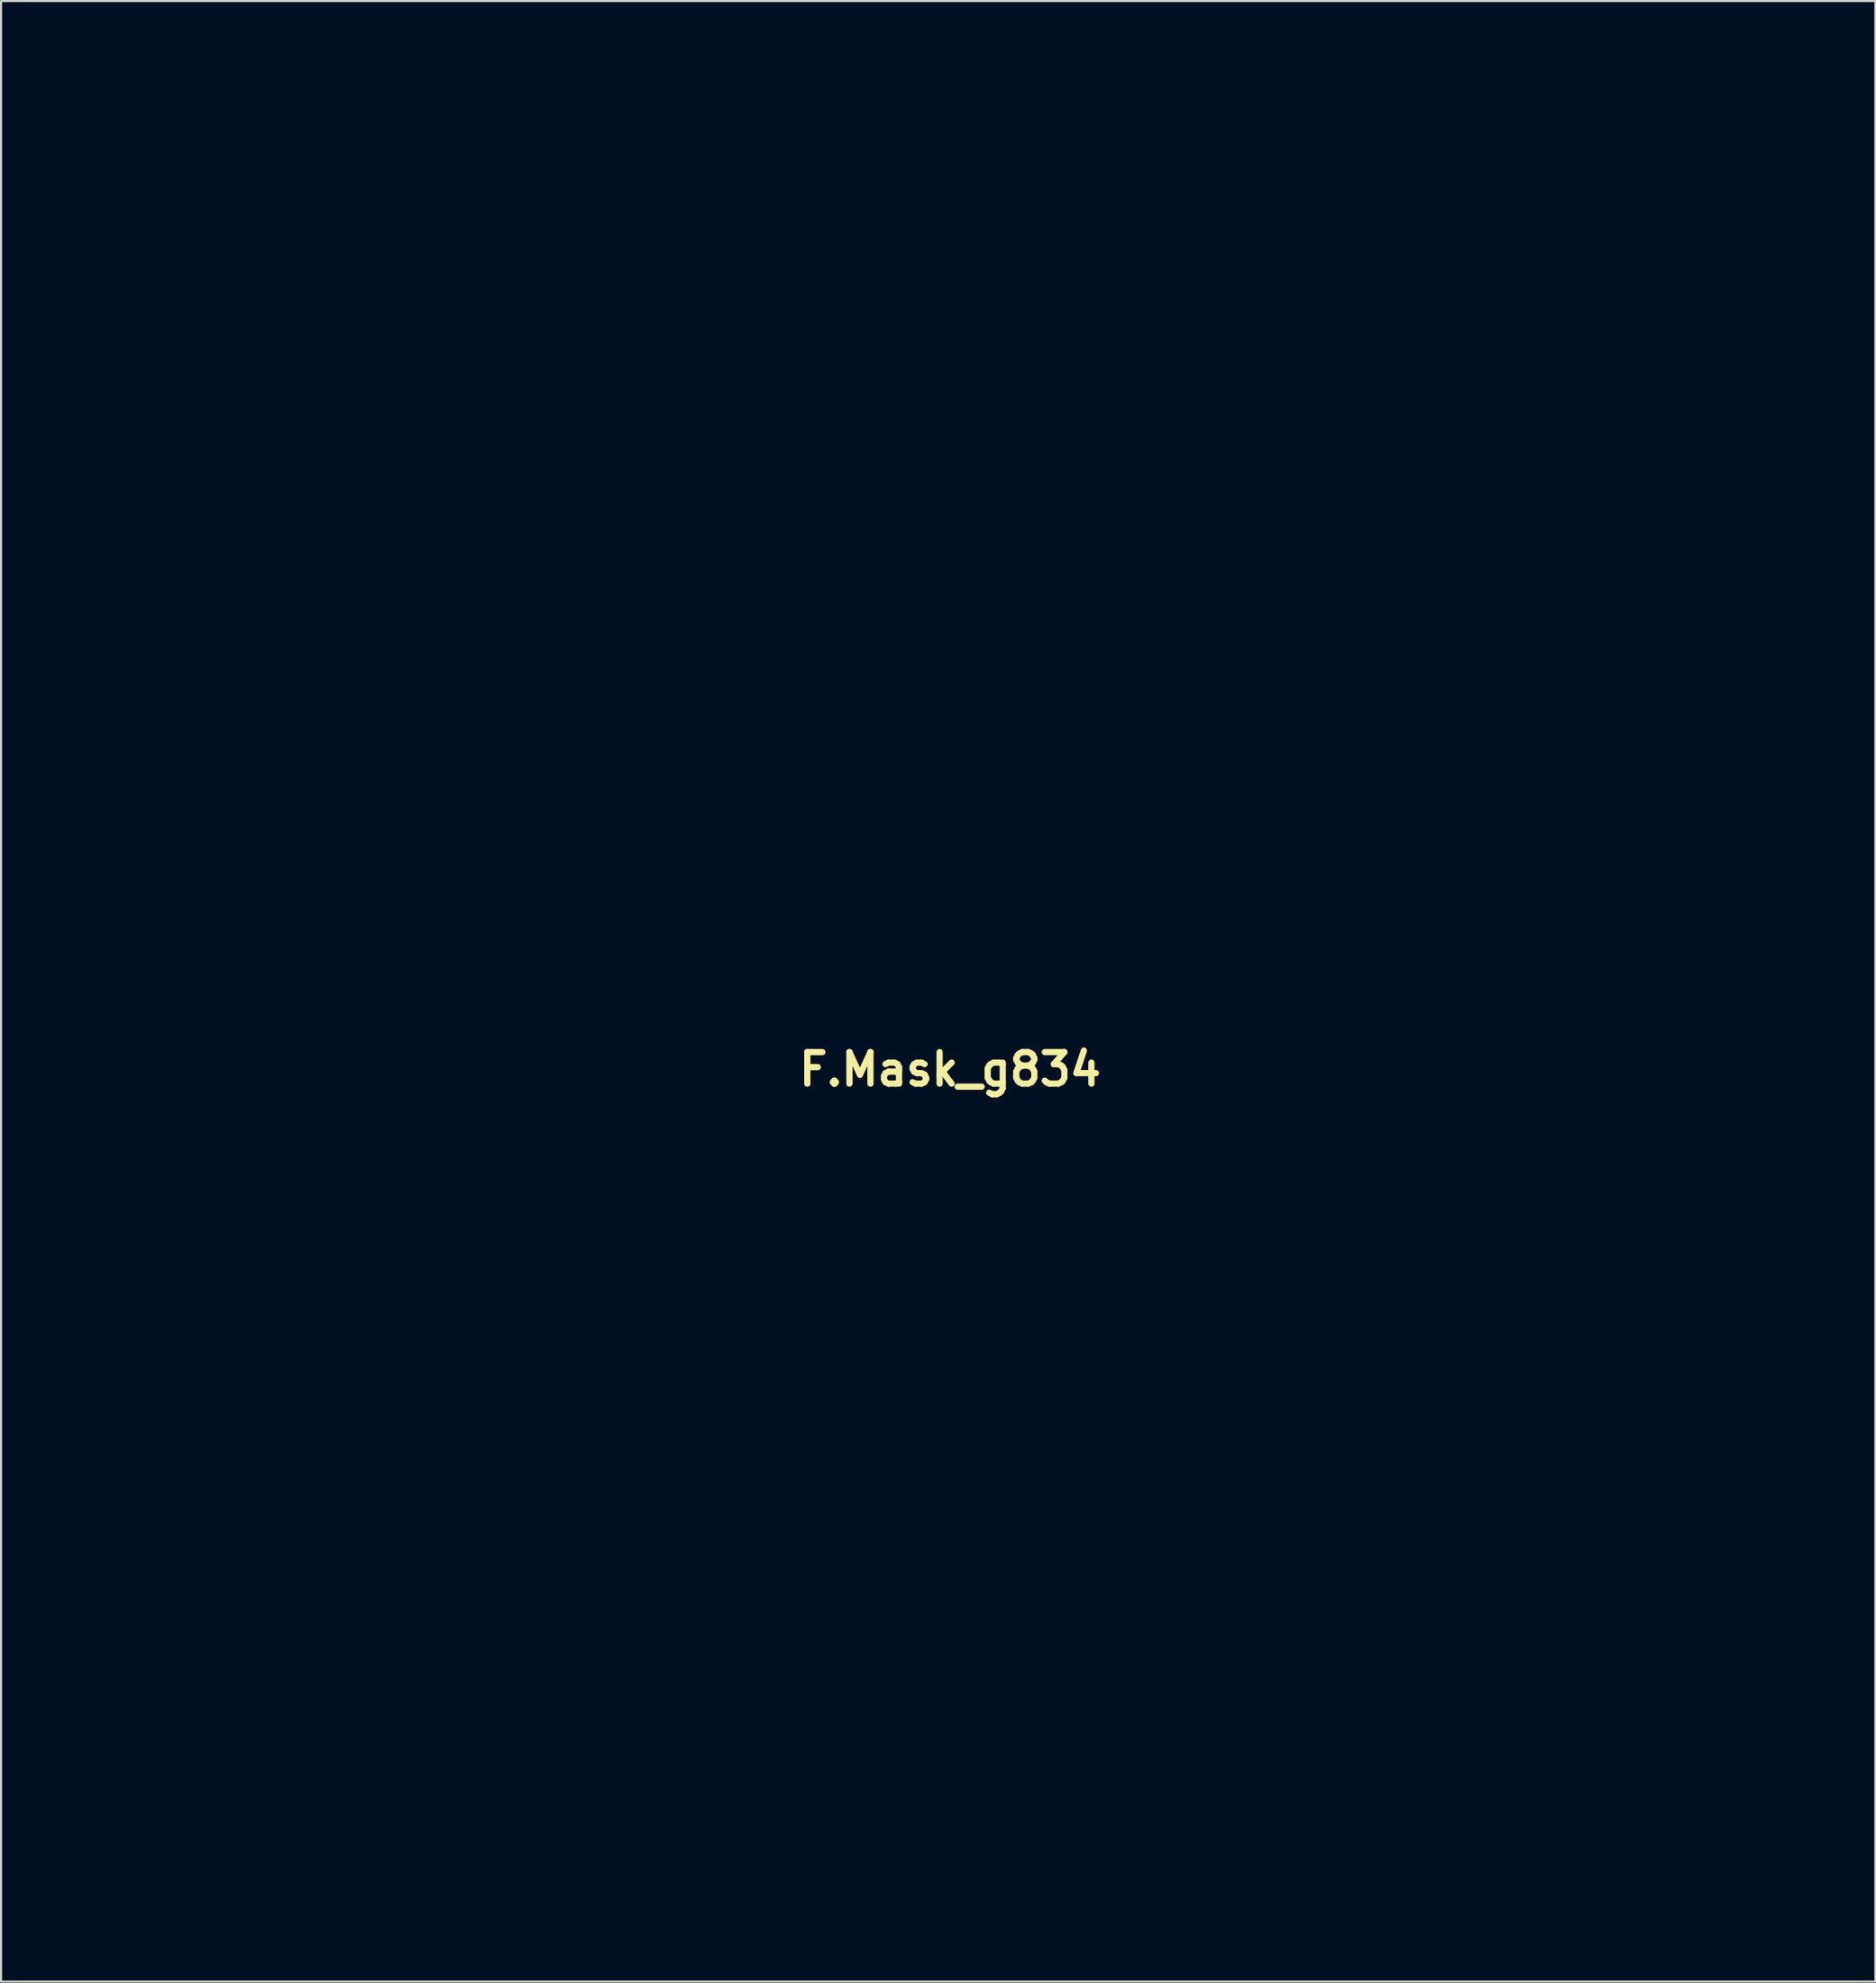
<source format=kicad_pcb>
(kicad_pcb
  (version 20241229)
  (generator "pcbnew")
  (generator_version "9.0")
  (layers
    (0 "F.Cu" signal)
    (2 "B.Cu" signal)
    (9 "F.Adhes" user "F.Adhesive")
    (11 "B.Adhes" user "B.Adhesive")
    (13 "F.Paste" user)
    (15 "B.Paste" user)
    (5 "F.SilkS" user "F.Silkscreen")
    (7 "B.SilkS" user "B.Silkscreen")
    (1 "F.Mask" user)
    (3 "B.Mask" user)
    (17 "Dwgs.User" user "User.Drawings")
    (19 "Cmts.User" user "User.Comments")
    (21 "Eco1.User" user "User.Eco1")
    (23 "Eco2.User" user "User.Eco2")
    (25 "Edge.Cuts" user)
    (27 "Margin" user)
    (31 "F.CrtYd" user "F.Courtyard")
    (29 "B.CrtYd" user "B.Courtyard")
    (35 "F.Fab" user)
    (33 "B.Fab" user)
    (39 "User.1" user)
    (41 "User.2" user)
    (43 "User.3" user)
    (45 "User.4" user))
  (footprint "F.Mask_g834"
    (layer "F.Cu")
    (at 42.824 48.582)
    (property "Reference" "F.Mask_g834" (at 0 0 0) (layer "F.SilkS") (effects (font (size 1.524 1.524) (thickness 0.3))))
    (attr through_hole)
    (fp_poly (pts (xy 35.082 1.028) (xy 35.296 1.032) (xy 35.497 1.039) (xy 35.675 1.048) (xy 35.822 1.059) (xy 35.877 1.065) (xy 36.489 1.159) (xy 37.075 1.287) (xy 37.637 1.449) (xy 38.177 1.645) (xy 38.695 1.876) (xy 39.192 2.143) (xy 39.67 2.446) (xy 39.875 2.591) (xy 40.051 2.72) (xy 39.8 2.959) (xy 39.15 3.56) (xy 38.493 4.129) (xy 37.824 4.67) (xy 37.135 5.19) (xy 36.422 5.692) (xy 35.676 6.181) (xy 35.147 6.509) (xy 34.304 7.002) (xy 33.424 7.479) (xy 32.514 7.938) (xy 31.575 8.377) (xy 30.613 8.793) (xy 29.632 9.186) (xy 28.635 9.553) (xy 28.565 9.578) (xy 28.238 9.693) (xy 28.162 9.567) (xy 28.082 9.426) (xy 27.996 9.255) (xy 27.909 9.067) (xy 27.826 8.873) (xy 27.753 8.686) (xy 27.708 8.559) (xy 27.583 8.118) (xy 27.499 7.672) (xy 27.457 7.225) (xy 27.457 6.778) (xy 27.497 6.333) (xy 27.578 5.892) (xy 27.7 5.456) (xy 27.863 5.029) (xy 28.065 4.611) (xy 28.146 4.467) (xy 28.411 4.054) (xy 28.71 3.661) (xy 29.044 3.292) (xy 29.409 2.946) (xy 29.804 2.625) (xy 30.227 2.33) (xy 30.677 2.061) (xy 31.152 1.82) (xy 31.65 1.608) (xy 32.169 1.425) (xy 32.708 1.273) (xy 33.265 1.153) (xy 33.838 1.066) (xy 33.941 1.055) (xy 34.073 1.044) (xy 34.239 1.035) (xy 34.431 1.029) (xy 34.641 1.026) (xy 34.86 1.026) (xy 35.082 1.028)) (stroke (width 0.01) (type solid)) (fill yes) (layer "F.Mask"))
    (fp_poly (pts (xy 14.236 19.381) (xy 14.253 19.415) (xy 14.261 19.446) (xy 14.273 19.487) (xy 14.295 19.563) (xy 14.325 19.667) (xy 14.362 19.793) (xy 14.403 19.934) (xy 14.445 20.077) (xy 14.741 21.122) (xy 15.015 22.176) (xy 15.268 23.234) (xy 15.499 24.293) (xy 15.706 25.347) (xy 15.89 26.394) (xy 16.049 27.429) (xy 16.182 28.448) (xy 16.29 29.446) (xy 16.37 30.421) (xy 16.417 31.224) (xy 16.431 31.534) (xy 16.317 31.558) (xy 15.818 31.646) (xy 15.324 31.692) (xy 14.837 31.697) (xy 14.624 31.685) (xy 14.125 31.628) (xy 13.635 31.531) (xy 13.155 31.392) (xy 12.688 31.214) (xy 12.236 30.998) (xy 11.799 30.743) (xy 11.381 30.451) (xy 11.278 30.371) (xy 11.146 30.26) (xy 10.996 30.125) (xy 10.838 29.973) (xy 10.68 29.815) (xy 10.531 29.659) (xy 10.401 29.514) (xy 10.322 29.419) (xy 10.05 29.049) (xy 9.802 28.65) (xy 9.58 28.232) (xy 9.39 27.801) (xy 9.235 27.365) (xy 9.155 27.083) (xy 9.047 26.58) (xy 8.981 26.077) (xy 8.955 25.575) (xy 8.969 25.078) (xy 9.021 24.587) (xy 9.112 24.103) (xy 9.24 23.631) (xy 9.404 23.17) (xy 9.604 22.724) (xy 9.838 22.295) (xy 10.107 21.884) (xy 10.409 21.494) (xy 10.743 21.126) (xy 11.109 20.784) (xy 11.505 20.469) (xy 11.758 20.293) (xy 11.908 20.2) (xy 12.085 20.1) (xy 12.281 19.996) (xy 12.484 19.896) (xy 12.683 19.803) (xy 12.868 19.723) (xy 13.018 19.666) (xy 13.497 19.518) (xy 13.994 19.406) (xy 14.152 19.379) (xy 14.208 19.372) (xy 14.236 19.381)) (stroke (width 0.01) (type solid)) (fill yes) (layer "F.Mask"))
    (fp_poly (pts (xy -28.563 -1.215) (xy -28.381 -1.209) (xy -28.222 -1.199) (xy -28.131 -1.189) (xy -27.71 -1.113) (xy -27.309 -1.006) (xy -26.926 -0.868) (xy -26.565 -0.702) (xy -26.227 -0.509) (xy -25.912 -0.292) (xy -25.623 -0.052) (xy -25.36 0.209) (xy -25.126 0.49) (xy -24.921 0.787) (xy -24.747 1.1) (xy -24.605 1.426) (xy -24.498 1.764) (xy -24.425 2.112) (xy -24.389 2.467) (xy -24.391 2.829) (xy -24.432 3.195) (xy -24.515 3.563) (xy -24.522 3.588) (xy -24.648 3.95) (xy -24.811 4.295) (xy -25.009 4.621) (xy -25.241 4.927) (xy -25.504 5.212) (xy -25.796 5.472) (xy -26.115 5.707) (xy -26.458 5.916) (xy -26.825 6.095) (xy -27.212 6.244) (xy -27.618 6.361) (xy -28.04 6.444) (xy -28.046 6.445) (xy -28.174 6.46) (xy -28.332 6.472) (xy -28.508 6.481) (xy -28.692 6.487) (xy -28.871 6.489) (xy -29.035 6.487) (xy -29.174 6.48) (xy -29.22 6.476) (xy -29.655 6.412) (xy -30.077 6.312) (xy -30.482 6.178) (xy -30.868 6.011) (xy -31.233 5.812) (xy -31.573 5.584) (xy -31.886 5.327) (xy -32.168 5.043) (xy -32.255 4.942) (xy -32.494 4.625) (xy -32.696 4.293) (xy -32.858 3.95) (xy -32.982 3.597) (xy -33.067 3.238) (xy -33.114 2.875) (xy -33.121 2.511) (xy -33.088 2.147) (xy -33.017 1.786) (xy -32.905 1.431) (xy -32.754 1.084) (xy -32.563 0.748) (xy -32.524 0.689) (xy -32.278 0.356) (xy -32.001 0.053) (xy -31.695 -0.221) (xy -31.362 -0.464) (xy -31.002 -0.676) (xy -30.617 -0.856) (xy -30.208 -1.003) (xy -29.776 -1.116) (xy -29.443 -1.178) (xy -29.308 -1.193) (xy -29.141 -1.205) (xy -28.954 -1.213) (xy -28.758 -1.216) (xy -28.563 -1.215)) (stroke (width 0.01) (type solid)) (fill yes) (layer "F.Mask"))
    (fp_poly (pts (xy 10.348 -43.767) (xy 10.845 -43.713) (xy 11.253 -43.644) (xy 11.809 -43.516) (xy 12.352 -43.352) (xy 12.876 -43.153) (xy 13.379 -42.921) (xy 13.858 -42.657) (xy 14.224 -42.421) (xy 14.572 -42.163) (xy 14.906 -41.878) (xy 15.22 -41.572) (xy 15.509 -41.25) (xy 15.767 -40.919) (xy 15.989 -40.584) (xy 16.002 -40.563) (xy 16.203 -40.188) (xy 16.363 -39.809) (xy 16.483 -39.426) (xy 16.563 -39.042) (xy 16.603 -38.659) (xy 16.602 -38.279) (xy 16.563 -37.903) (xy 16.483 -37.534) (xy 16.365 -37.173) (xy 16.207 -36.823) (xy 16.01 -36.485) (xy 15.775 -36.161) (xy 15.566 -35.922) (xy 15.273 -35.64) (xy 14.946 -35.381) (xy 14.59 -35.147) (xy 14.206 -34.939) (xy 13.798 -34.757) (xy 13.369 -34.603) (xy 12.921 -34.477) (xy 12.458 -34.38) (xy 11.982 -34.314) (xy 11.496 -34.28) (xy 11.003 -34.278) (xy 10.869 -34.283) (xy 10.318 -34.329) (xy 9.764 -34.413) (xy 9.215 -34.534) (xy 8.678 -34.689) (xy 8.163 -34.878) (xy 8.144 -34.886) (xy 7.689 -35.089) (xy 7.258 -35.316) (xy 6.851 -35.565) (xy 6.471 -35.834) (xy 6.118 -36.122) (xy 5.793 -36.426) (xy 5.498 -36.746) (xy 5.234 -37.079) (xy 5.001 -37.423) (xy 4.802 -37.778) (xy 4.637 -38.14) (xy 4.507 -38.509) (xy 4.414 -38.883) (xy 4.358 -39.261) (xy 4.342 -39.639) (xy 4.366 -40.017) (xy 4.411 -40.305) (xy 4.462 -40.525) (xy 4.521 -40.726) (xy 4.595 -40.923) (xy 4.688 -41.132) (xy 4.732 -41.222) (xy 4.924 -41.561) (xy 5.152 -41.878) (xy 5.412 -42.175) (xy 5.704 -42.449) (xy 6.024 -42.7) (xy 6.371 -42.927) (xy 6.743 -43.129) (xy 7.137 -43.306) (xy 7.552 -43.457) (xy 7.984 -43.581) (xy 8.433 -43.677) (xy 8.896 -43.745) (xy 9.371 -43.783) (xy 9.855 -43.79) (xy 10.348 -43.767)) (stroke (width 0.01) (type solid)) (fill yes) (layer "F.Mask"))
    (fp_poly (pts (xy -21.415 -34.054) (xy -21.38 -34.009) (xy -21.329 -33.938) (xy -21.268 -33.851) (xy -21.204 -33.756) (xy -21.2 -33.75) (xy -20.928 -33.303) (xy -20.695 -32.84) (xy -20.501 -32.362) (xy -20.346 -31.873) (xy -20.231 -31.374) (xy -20.156 -30.868) (xy -20.122 -30.355) (xy -20.129 -29.839) (xy -20.178 -29.322) (xy -20.226 -29.02) (xy -20.338 -28.527) (xy -20.489 -28.043) (xy -20.68 -27.571) (xy -20.907 -27.113) (xy -21.17 -26.672) (xy -21.467 -26.251) (xy -21.796 -25.854) (xy -22.114 -25.524) (xy -22.513 -25.165) (xy -22.937 -24.842) (xy -23.383 -24.553) (xy -23.85 -24.3) (xy -24.336 -24.084) (xy -24.841 -23.906) (xy -25.361 -23.765) (xy -25.896 -23.664) (xy -26.208 -23.623) (xy -26.306 -23.615) (xy -26.432 -23.607) (xy -26.576 -23.6) (xy -26.728 -23.595) (xy -26.879 -23.591) (xy -27.02 -23.589) (xy -27.14 -23.589) (xy -27.231 -23.591) (xy -27.252 -23.592) (xy -27.726 -23.639) (xy -28.168 -23.705) (xy -28.585 -23.791) (xy -28.984 -23.9) (xy -29.371 -24.033) (xy -29.755 -24.192) (xy -30.088 -24.352) (xy -30.206 -24.414) (xy -30.331 -24.484) (xy -30.46 -24.559) (xy -30.587 -24.635) (xy -30.706 -24.71) (xy -30.813 -24.779) (xy -30.901 -24.84) (xy -30.967 -24.889) (xy -31.003 -24.923) (xy -31.009 -24.934) (xy -30.993 -24.95) (xy -30.946 -24.987) (xy -30.876 -25.039) (xy -30.786 -25.103) (xy -30.683 -25.175) (xy -30.676 -25.179) (xy -30.208 -25.506) (xy -29.737 -25.842) (xy -29.269 -26.185) (xy -28.81 -26.53) (xy -28.366 -26.871) (xy -27.943 -27.205) (xy -27.547 -27.527) (xy -27.284 -27.747) (xy -26.796 -28.17) (xy -26.318 -28.602) (xy -25.847 -29.047) (xy -25.38 -29.507) (xy -24.916 -29.986) (xy -24.451 -30.485) (xy -23.984 -31.008) (xy -23.511 -31.558) (xy -23.03 -32.136) (xy -22.539 -32.746) (xy -22.034 -33.391) (xy -21.737 -33.779) (xy -21.474 -34.125) (xy -21.415 -34.054)) (stroke (width 0.01) (type solid)) (fill yes) (layer "F.Mask"))
    (fp_poly (pts (xy 37.395 -18.066) (xy 37.801 -17.998) (xy 38.202 -17.89) (xy 38.595 -17.742) (xy 38.979 -17.556) (xy 39.35 -17.331) (xy 39.542 -17.195) (xy 39.695 -17.073) (xy 39.863 -16.926) (xy 40.034 -16.764) (xy 40.198 -16.597) (xy 40.347 -16.435) (xy 40.428 -16.338) (xy 40.707 -15.959) (xy 40.951 -15.559) (xy 41.16 -15.141) (xy 41.333 -14.708) (xy 41.47 -14.263) (xy 41.572 -13.808) (xy 41.639 -13.347) (xy 41.67 -12.882) (xy 41.665 -12.415) (xy 41.624 -11.95) (xy 41.548 -11.49) (xy 41.436 -11.037) (xy 41.288 -10.593) (xy 41.105 -10.162) (xy 40.885 -9.747) (xy 40.629 -9.35) (xy 40.531 -9.215) (xy 40.414 -9.069) (xy 40.273 -8.908) (xy 40.119 -8.744) (xy 39.961 -8.586) (xy 39.809 -8.445) (xy 39.701 -8.352) (xy 39.349 -8.093) (xy 38.98 -7.869) (xy 38.598 -7.683) (xy 38.203 -7.534) (xy 37.8 -7.425) (xy 37.39 -7.355) (xy 36.977 -7.326) (xy 36.562 -7.338) (xy 36.46 -7.347) (xy 36.089 -7.404) (xy 35.713 -7.499) (xy 35.341 -7.627) (xy 35.02 -7.767) (xy 34.634 -7.976) (xy 34.278 -8.214) (xy 33.945 -8.484) (xy 33.729 -8.688) (xy 33.412 -9.037) (xy 33.127 -9.413) (xy 32.877 -9.812) (xy 32.661 -10.235) (xy 32.479 -10.679) (xy 32.334 -11.144) (xy 32.225 -11.627) (xy 32.16 -12.057) (xy 32.147 -12.211) (xy 32.139 -12.394) (xy 32.135 -12.597) (xy 32.136 -12.809) (xy 32.141 -13.02) (xy 32.15 -13.221) (xy 32.163 -13.401) (xy 32.18 -13.55) (xy 32.183 -13.568) (xy 32.279 -14.057) (xy 32.408 -14.527) (xy 32.571 -14.975) (xy 32.765 -15.401) (xy 32.991 -15.802) (xy 33.245 -16.178) (xy 33.529 -16.526) (xy 33.84 -16.845) (xy 34.177 -17.133) (xy 34.54 -17.389) (xy 34.927 -17.612) (xy 34.969 -17.633) (xy 35.361 -17.806) (xy 35.76 -17.939) (xy 36.166 -18.031) (xy 36.575 -18.083) (xy 36.985 -18.094) (xy 37.395 -18.066)) (stroke (width 0.01) (type solid)) (fill yes) (layer "F.Mask"))
    (fp_poly (pts (xy 1.526 -48.577) (xy 1.586 -48.575) (xy 1.623 -48.571) (xy 1.643 -48.565) (xy 1.648 -48.557) (xy 1.647 -48.555) (xy 1.636 -48.522) (xy 1.615 -48.46) (xy 1.588 -48.381) (xy 1.579 -48.351) (xy 1.5 -48.144) (xy 1.393 -47.916) (xy 1.262 -47.673) (xy 1.112 -47.421) (xy 0.945 -47.167) (xy 0.766 -46.917) (xy 0.639 -46.753) (xy 0.291 -46.343) (xy -0.097 -45.934) (xy -0.523 -45.527) (xy -0.985 -45.124) (xy -1.482 -44.726) (xy -2.011 -44.334) (xy -2.569 -43.951) (xy -3.156 -43.576) (xy -3.768 -43.212) (xy -4.405 -42.86) (xy -5.063 -42.521) (xy -5.74 -42.198) (xy -6.436 -41.89) (xy -6.613 -41.816) (xy -7.328 -41.531) (xy -8.045 -41.271) (xy -8.762 -41.034) (xy -9.475 -40.823) (xy -10.182 -40.639) (xy -10.88 -40.48) (xy -11.564 -40.35) (xy -12.233 -40.247) (xy -12.883 -40.173) (xy -13.51 -40.128) (xy -14.112 -40.114) (xy -14.181 -40.115) (xy -14.322 -40.116) (xy -14.455 -40.118) (xy -14.571 -40.12) (xy -14.663 -40.122) (xy -14.723 -40.124) (xy -14.732 -40.125) (xy -15.126 -40.158) (xy -15.496 -40.204) (xy -15.838 -40.26) (xy -16.149 -40.327) (xy -16.422 -40.404) (xy -16.441 -40.41) (xy -16.508 -40.433) (xy -16.556 -40.453) (xy -16.573 -40.464) (xy -16.56 -40.484) (xy -16.524 -40.528) (xy -16.472 -40.589) (xy -16.42 -40.648) (xy -15.844 -41.282) (xy -15.278 -41.877) (xy -14.724 -42.433) (xy -14.181 -42.948) (xy -13.65 -43.423) (xy -13.456 -43.589) (xy -12.759 -44.153) (xy -12.046 -44.682) (xy -11.316 -45.176) (xy -10.569 -45.636) (xy -9.804 -46.06) (xy -9.019 -46.451) (xy -8.214 -46.808) (xy -7.389 -47.131) (xy -6.542 -47.42) (xy -5.672 -47.677) (xy -4.779 -47.901) (xy -3.861 -48.092) (xy -2.919 -48.252) (xy -1.951 -48.379) (xy -0.956 -48.475) (xy 0.066 -48.54) (xy 0.983 -48.571) (xy 1.172 -48.574) (xy 1.323 -48.577) (xy 1.439 -48.577) (xy 1.526 -48.577)) (stroke (width 0.01) (type solid)) (fill yes) (layer "F.Mask"))
    (fp_poly (pts (xy -0.626 8.244) (xy -0.438 8.247) (xy -0.262 8.254) (xy -0.106 8.264) (xy 0.022 8.276) (xy 0.07 8.283) (xy 0.438 8.355) (xy 0.778 8.444) (xy 1.103 8.555) (xy 1.427 8.692) (xy 1.556 8.752) (xy 1.95 8.966) (xy 2.316 9.209) (xy 2.654 9.479) (xy 2.962 9.773) (xy 3.24 10.089) (xy 3.486 10.426) (xy 3.701 10.78) (xy 3.882 11.149) (xy 4.031 11.532) (xy 4.144 11.926) (xy 4.222 12.328) (xy 4.264 12.736) (xy 4.27 13.149) (xy 4.237 13.563) (xy 4.166 13.977) (xy 4.055 14.387) (xy 3.905 14.793) (xy 3.809 15.005) (xy 3.638 15.33) (xy 3.453 15.627) (xy 3.246 15.904) (xy 3.011 16.172) (xy 2.833 16.352) (xy 2.487 16.66) (xy 2.119 16.931) (xy 1.731 17.166) (xy 1.323 17.363) (xy 0.893 17.523) (xy 0.444 17.647) (xy 0.021 17.726) (xy -0.101 17.741) (xy -0.253 17.753) (xy -0.424 17.762) (xy -0.603 17.768) (xy -0.78 17.771) (xy -0.944 17.77) (xy -1.085 17.765) (xy -1.164 17.759) (xy -1.641 17.691) (xy -2.098 17.585) (xy -2.537 17.441) (xy -2.955 17.261) (xy -3.353 17.043) (xy -3.731 16.789) (xy -4.086 16.499) (xy -4.298 16.299) (xy -4.604 15.964) (xy -4.873 15.611) (xy -5.104 15.239) (xy -5.296 14.848) (xy -5.451 14.439) (xy -5.569 14.009) (xy -5.649 13.56) (xy -5.652 13.536) (xy -5.662 13.429) (xy -5.669 13.291) (xy -5.673 13.133) (xy -5.674 12.966) (xy -5.672 12.802) (xy -5.666 12.651) (xy -5.658 12.524) (xy -5.652 12.463) (xy -5.572 12.015) (xy -5.454 11.582) (xy -5.296 11.165) (xy -5.101 10.766) (xy -4.867 10.386) (xy -4.629 10.065) (xy -4.515 9.933) (xy -4.376 9.786) (xy -4.223 9.634) (xy -4.064 9.487) (xy -3.911 9.354) (xy -3.772 9.243) (xy -3.77 9.242) (xy -3.384 8.981) (xy -2.977 8.757) (xy -2.552 8.571) (xy -2.107 8.422) (xy -1.643 8.311) (xy -1.418 8.272) (xy -1.309 8.26) (xy -1.166 8.251) (xy -0.998 8.245) (xy -0.815 8.243) (xy -0.626 8.244)) (stroke (width 0.01) (type solid)) (fill yes) (layer "F.Mask"))
    (fp_poly (pts (xy -4.508 -33.202) (xy -4.225 -33.188) (xy -3.971 -33.168) (xy -3.895 -33.159) (xy -3.317 -33.073) (xy -2.762 -32.956) (xy -2.229 -32.809) (xy -1.722 -32.632) (xy -1.242 -32.427) (xy -0.79 -32.194) (xy -0.368 -31.933) (xy 0.011 -31.655) (xy 0.355 -31.356) (xy 0.662 -31.04) (xy 0.932 -30.707) (xy 1.165 -30.36) (xy 1.36 -29.999) (xy 1.517 -29.627) (xy 1.635 -29.246) (xy 1.713 -28.855) (xy 1.751 -28.458) (xy 1.749 -28.056) (xy 1.706 -27.65) (xy 1.622 -27.242) (xy 1.522 -26.908) (xy 1.362 -26.504) (xy 1.161 -26.105) (xy 0.921 -25.715) (xy 0.643 -25.334) (xy 0.327 -24.964) (xy 0.047 -24.677) (xy -0.358 -24.313) (xy -0.795 -23.973) (xy -1.263 -23.66) (xy -1.758 -23.374) (xy -2.278 -23.116) (xy -2.821 -22.886) (xy -3.385 -22.687) (xy -3.966 -22.519) (xy -4.563 -22.384) (xy -5.173 -22.281) (xy -5.793 -22.212) (xy -5.895 -22.204) (xy -6.011 -22.198) (xy -6.158 -22.193) (xy -6.328 -22.189) (xy -6.509 -22.187) (xy -6.692 -22.187) (xy -6.866 -22.188) (xy -7.022 -22.19) (xy -7.15 -22.195) (xy -7.186 -22.197) (xy -7.739 -22.247) (xy -8.276 -22.326) (xy -8.796 -22.434) (xy -9.297 -22.57) (xy -9.777 -22.733) (xy -10.234 -22.921) (xy -10.667 -23.135) (xy -11.074 -23.372) (xy -11.453 -23.632) (xy -11.803 -23.915) (xy -12.122 -24.218) (xy -12.407 -24.542) (xy -12.658 -24.884) (xy -12.873 -25.245) (xy -12.953 -25.405) (xy -13.113 -25.788) (xy -13.231 -26.179) (xy -13.308 -26.575) (xy -13.344 -26.976) (xy -13.337 -27.38) (xy -13.29 -27.786) (xy -13.201 -28.193) (xy -13.071 -28.601) (xy -12.899 -29.007) (xy -12.867 -29.072) (xy -12.645 -29.478) (xy -12.384 -29.87) (xy -12.086 -30.247) (xy -11.755 -30.607) (xy -11.391 -30.949) (xy -10.997 -31.273) (xy -10.574 -31.576) (xy -10.126 -31.857) (xy -9.653 -32.116) (xy -9.158 -32.351) (xy -8.643 -32.56) (xy -8.11 -32.743) (xy -7.561 -32.898) (xy -6.998 -33.024) (xy -6.423 -33.12) (xy -6.308 -33.135) (xy -6.042 -33.163) (xy -5.751 -33.185) (xy -5.442 -33.2) (xy -5.126 -33.207) (xy -4.812 -33.208) (xy -4.508 -33.202)) (stroke (width 0.01) (type solid)) (fill yes) (layer "F.Mask"))
    (fp_poly (pts (xy -40.062 -17.849) (xy -39.973 -17.836) (xy -39.867 -17.818) (xy -39.752 -17.796) (xy -39.636 -17.771) (xy -39.54 -17.748) (xy -39.111 -17.618) (xy -38.697 -17.448) (xy -38.295 -17.239) (xy -37.905 -16.989) (xy -37.557 -16.725) (xy -37.42 -16.607) (xy -37.266 -16.463) (xy -37.103 -16.303) (xy -36.941 -16.136) (xy -36.788 -15.97) (xy -36.652 -15.815) (xy -36.563 -15.705) (xy -36.233 -15.246) (xy -35.935 -14.76) (xy -35.668 -14.248) (xy -35.433 -13.711) (xy -35.232 -13.151) (xy -35.064 -12.57) (xy -34.93 -11.969) (xy -34.832 -11.349) (xy -34.808 -11.154) (xy -34.792 -10.979) (xy -34.779 -10.772) (xy -34.769 -10.542) (xy -34.763 -10.301) (xy -34.76 -10.058) (xy -34.76 -9.823) (xy -34.765 -9.607) (xy -34.773 -9.419) (xy -34.775 -9.387) (xy -34.839 -8.741) (xy -34.939 -8.117) (xy -35.076 -7.511) (xy -35.25 -6.925) (xy -35.461 -6.356) (xy -35.687 -5.848) (xy -35.95 -5.346) (xy -36.24 -4.876) (xy -36.558 -4.432) (xy -36.614 -4.361) (xy -36.698 -4.26) (xy -36.806 -4.14) (xy -36.931 -4.008) (xy -37.066 -3.869) (xy -37.204 -3.732) (xy -37.34 -3.602) (xy -37.465 -3.486) (xy -37.574 -3.39) (xy -37.634 -3.341) (xy -37.925 -3.132) (xy -38.233 -2.937) (xy -38.551 -2.762) (xy -38.867 -2.612) (xy -39.172 -2.493) (xy -39.215 -2.478) (xy -39.593 -2.371) (xy -39.985 -2.297) (xy -40.382 -2.255) (xy -40.774 -2.247) (xy -41.153 -2.274) (xy -41.159 -2.274) (xy -41.277 -2.291) (xy -41.414 -2.314) (xy -41.547 -2.338) (xy -41.597 -2.349) (xy -41.824 -2.397) (xy -41.855 -2.506) (xy -42.047 -3.213) (xy -42.219 -3.944) (xy -42.37 -4.692) (xy -42.501 -5.454) (xy -42.61 -6.223) (xy -42.697 -6.994) (xy -42.761 -7.762) (xy -42.802 -8.521) (xy -42.819 -9.267) (xy -42.811 -9.992) (xy -42.779 -10.693) (xy -42.745 -11.134) (xy -42.656 -11.896) (xy -42.53 -12.637) (xy -42.368 -13.356) (xy -42.169 -14.054) (xy -41.935 -14.73) (xy -41.664 -15.384) (xy -41.356 -16.017) (xy -41.012 -16.627) (xy -40.632 -17.217) (xy -40.33 -17.636) (xy -40.268 -17.716) (xy -40.215 -17.783) (xy -40.176 -17.831) (xy -40.157 -17.852) (xy -40.156 -17.852) (xy -40.126 -17.855) (xy -40.062 -17.849)) (stroke (width 0.01) (type solid)) (fill yes) (layer "F.Mask"))
    (fp_poly (pts (xy -10.155 26.633) (xy -9.954 26.641) (xy -9.779 26.654) (xy -9.747 26.657) (xy -9.261 26.734) (xy -8.791 26.849) (xy -8.335 27.003) (xy -7.892 27.197) (xy -7.461 27.431) (xy -7.04 27.705) (xy -6.731 27.937) (xy -6.608 28.041) (xy -6.467 28.169) (xy -6.315 28.315) (xy -6.16 28.469) (xy -6.01 28.626) (xy -5.873 28.775) (xy -5.757 28.91) (xy -5.728 28.945) (xy -5.4 29.388) (xy -5.107 29.851) (xy -4.85 30.335) (xy -4.628 30.841) (xy -4.441 31.369) (xy -4.289 31.921) (xy -4.17 32.497) (xy -4.113 32.872) (xy -4.098 33.014) (xy -4.087 33.19) (xy -4.079 33.392) (xy -4.074 33.611) (xy -4.072 33.838) (xy -4.074 34.066) (xy -4.079 34.286) (xy -4.087 34.489) (xy -4.099 34.668) (xy -4.113 34.809) (xy -4.208 35.393) (xy -4.339 35.958) (xy -4.505 36.501) (xy -4.706 37.022) (xy -4.943 37.52) (xy -5.214 37.996) (xy -5.519 38.447) (xy -5.857 38.873) (xy -6.202 39.245) (xy -6.437 39.474) (xy -6.661 39.674) (xy -6.885 39.854) (xy -7.119 40.022) (xy -7.184 40.066) (xy -7.613 40.328) (xy -8.054 40.55) (xy -8.507 40.732) (xy -8.971 40.873) (xy -9.445 40.973) (xy -9.713 41.011) (xy -9.863 41.024) (xy -10.042 41.033) (xy -10.238 41.038) (xy -10.44 41.039) (xy -10.638 41.035) (xy -10.819 41.027) (xy -10.974 41.015) (xy -11.022 41.01) (xy -11.408 40.947) (xy -11.781 40.86) (xy -12.157 40.744) (xy -12.255 40.709) (xy -12.436 40.64) (xy -12.628 40.559) (xy -12.819 40.471) (xy -13.001 40.381) (xy -13.163 40.294) (xy -13.295 40.215) (xy -13.308 40.206) (xy -13.315 40.186) (xy -13.33 40.129) (xy -13.353 40.043) (xy -13.382 39.932) (xy -13.415 39.801) (xy -13.449 39.665) (xy -13.647 38.827) (xy -13.811 38.008) (xy -13.942 37.203) (xy -14.042 36.405) (xy -14.11 35.607) (xy -14.148 34.805) (xy -14.156 33.992) (xy -14.153 33.814) (xy -14.132 33.103) (xy -14.089 32.408) (xy -14.025 31.723) (xy -13.937 31.042) (xy -13.826 30.36) (xy -13.689 29.67) (xy -13.527 28.966) (xy -13.337 28.242) (xy -13.133 27.535) (xy -13.071 27.33) (xy -12.874 27.232) (xy -12.421 27.028) (xy -11.96 26.865) (xy -11.486 26.742) (xy -11.155 26.68) (xy -10.994 26.66) (xy -10.802 26.646) (xy -10.591 26.636) (xy -10.371 26.632) (xy -10.155 26.633)) (stroke (width 0.01) (type solid)) (fill yes) (layer "F.Mask"))
    (fp_poly (pts (xy 24.666 -37.095) (xy 24.69 -37.063) (xy 24.728 -37.009) (xy 24.781 -36.931) (xy 24.85 -36.828) (xy 24.936 -36.698) (xy 25.039 -36.54) (xy 25.16 -36.353) (xy 25.301 -36.136) (xy 25.461 -35.887) (xy 25.643 -35.605) (xy 25.846 -35.289) (xy 25.862 -35.264) (xy 26.083 -34.92) (xy 26.283 -34.609) (xy 26.463 -34.328) (xy 26.627 -34.074) (xy 26.776 -33.843) (xy 26.912 -33.632) (xy 27.037 -33.44) (xy 27.153 -33.261) (xy 27.262 -33.095) (xy 27.365 -32.937) (xy 27.465 -32.784) (xy 27.564 -32.634) (xy 27.664 -32.484) (xy 27.766 -32.33) (xy 27.873 -32.169) (xy 27.92 -32.099) (xy 28.162 -31.737) (xy 28.384 -31.409) (xy 28.587 -31.11) (xy 28.774 -30.84) (xy 28.946 -30.595) (xy 29.105 -30.373) (xy 29.253 -30.17) (xy 29.393 -29.985) (xy 29.526 -29.814) (xy 29.655 -29.656) (xy 29.78 -29.507) (xy 29.906 -29.365) (xy 30.032 -29.227) (xy 30.162 -29.09) (xy 30.296 -28.953) (xy 30.313 -28.936) (xy 30.567 -28.687) (xy 30.83 -28.442) (xy 31.104 -28.199) (xy 31.393 -27.954) (xy 31.7 -27.706) (xy 32.028 -27.452) (xy 32.379 -27.19) (xy 32.757 -26.918) (xy 33.165 -26.633) (xy 33.606 -26.332) (xy 33.917 -26.124) (xy 34.697 -25.606) (xy 34.633 -25.579) (xy 34.496 -25.526) (xy 34.327 -25.468) (xy 34.132 -25.408) (xy 33.923 -25.348) (xy 33.706 -25.29) (xy 33.491 -25.237) (xy 33.287 -25.192) (xy 33.221 -25.178) (xy 33.02 -25.14) (xy 32.837 -25.108) (xy 32.665 -25.084) (xy 32.494 -25.065) (xy 32.316 -25.051) (xy 32.122 -25.041) (xy 31.905 -25.034) (xy 31.654 -25.03) (xy 31.612 -25.03) (xy 31.442 -25.028) (xy 31.282 -25.027) (xy 31.14 -25.027) (xy 31.019 -25.028) (xy 30.927 -25.029) (xy 30.868 -25.03) (xy 30.85 -25.031) (xy 30.803 -25.037) (xy 30.726 -25.045) (xy 30.63 -25.055) (xy 30.554 -25.063) (xy 30.07 -25.127) (xy 29.573 -25.225) (xy 29.07 -25.353) (xy 28.572 -25.51) (xy 28.226 -25.638) (xy 28.067 -25.704) (xy 27.884 -25.787) (xy 27.686 -25.881) (xy 27.483 -25.982) (xy 27.285 -26.085) (xy 27.102 -26.185) (xy 26.944 -26.276) (xy 26.881 -26.315) (xy 26.388 -26.648) (xy 25.928 -27.007) (xy 25.501 -27.39) (xy 25.107 -27.798) (xy 24.747 -28.227) (xy 24.422 -28.678) (xy 24.132 -29.149) (xy 23.879 -29.639) (xy 23.663 -30.147) (xy 23.485 -30.671) (xy 23.345 -31.211) (xy 23.245 -31.766) (xy 23.227 -31.9) (xy 23.212 -32.058) (xy 23.2 -32.246) (xy 23.193 -32.457) (xy 23.19 -32.678) (xy 23.191 -32.902) (xy 23.196 -33.118) (xy 23.206 -33.316) (xy 23.219 -33.487) (xy 23.227 -33.56) (xy 23.321 -34.127) (xy 23.453 -34.676) (xy 23.623 -35.207) (xy 23.831 -35.721) (xy 24.078 -36.218) (xy 24.175 -36.391) (xy 24.219 -36.465) (xy 24.276 -36.555) (xy 24.34 -36.654) (xy 24.407 -36.757) (xy 24.474 -36.856) (xy 24.536 -36.947) (xy 24.59 -37.023) (xy 24.63 -37.077) (xy 24.653 -37.103) (xy 24.656 -37.105) (xy 24.666 -37.095)) (stroke (width 0.01) (type solid)) (fill yes) (layer "F.Mask"))
    (fp_poly (pts (xy 4.925 -19.047) (xy 5.366 -19.044) (xy 5.513 -19.043) (xy 5.853 -19.041) (xy 6.157 -19.038) (xy 6.429 -19.035) (xy 6.674 -19.031) (xy 6.898 -19.027) (xy 7.106 -19.022) (xy 7.304 -19.017) (xy 7.497 -19.01) (xy 7.689 -19.002) (xy 7.887 -18.993) (xy 8.096 -18.982) (xy 8.321 -18.969) (xy 8.567 -18.955) (xy 8.572 -18.955) (xy 9.673 -18.879) (xy 10.75 -18.782) (xy 11.804 -18.666) (xy 12.833 -18.53) (xy 13.836 -18.375) (xy 14.812 -18.201) (xy 15.759 -18.007) (xy 16.678 -17.796) (xy 17.567 -17.565) (xy 18.425 -17.317) (xy 19.25 -17.051) (xy 20.042 -16.767) (xy 20.8 -16.466) (xy 21.523 -16.148) (xy 22.209 -15.814) (xy 22.857 -15.462) (xy 23.262 -15.223) (xy 23.732 -14.924) (xy 24.167 -14.624) (xy 24.572 -14.317) (xy 24.955 -13.999) (xy 25.322 -13.664) (xy 25.507 -13.484) (xy 25.853 -13.122) (xy 26.163 -12.764) (xy 26.443 -12.401) (xy 26.698 -12.026) (xy 26.934 -11.632) (xy 27.155 -11.21) (xy 27.166 -11.188) (xy 27.463 -10.547) (xy 27.72 -9.917) (xy 27.938 -9.296) (xy 28.117 -8.681) (xy 28.258 -8.07) (xy 28.362 -7.462) (xy 28.398 -7.172) (xy 28.424 -6.859) (xy 28.437 -6.519) (xy 28.436 -6.165) (xy 28.423 -5.809) (xy 28.397 -5.464) (xy 28.359 -5.143) (xy 28.35 -5.08) (xy 28.243 -4.532) (xy 28.095 -3.995) (xy 27.907 -3.468) (xy 27.678 -2.952) (xy 27.408 -2.448) (xy 27.099 -1.954) (xy 26.75 -1.472) (xy 26.361 -1.002) (xy 25.933 -0.543) (xy 25.465 -0.097) (xy 24.959 0.338) (xy 24.413 0.759) (xy 23.829 1.169) (xy 23.206 1.565) (xy 22.545 1.948) (xy 21.846 2.319) (xy 21.109 2.675) (xy 20.335 3.018) (xy 19.879 3.207) (xy 19.021 3.537) (xy 18.128 3.851) (xy 17.206 4.147) (xy 16.26 4.423) (xy 15.295 4.678) (xy 14.316 4.91) (xy 13.329 5.119) (xy 12.337 5.303) (xy 12.16 5.333) (xy 11.999 5.359) (xy 11.837 5.385) (xy 11.679 5.41) (xy 11.531 5.432) (xy 11.4 5.452) (xy 11.291 5.467) (xy 11.211 5.478) (xy 11.165 5.482) (xy 11.161 5.482) (xy 11.151 5.475) (xy 11.143 5.45) (xy 11.138 5.406) (xy 11.137 5.338) (xy 11.138 5.244) (xy 11.143 5.121) (xy 11.151 4.964) (xy 11.162 4.772) (xy 11.177 4.541) (xy 11.177 4.53) (xy 11.198 4.226) (xy 11.22 3.926) (xy 11.244 3.626) (xy 11.271 3.323) (xy 11.301 3.014) (xy 11.333 2.697) (xy 11.369 2.368) (xy 11.409 2.025) (xy 11.453 1.664) (xy 11.502 1.284) (xy 11.555 0.88) (xy 11.614 0.451) (xy 11.678 -0.008) (xy 11.748 -0.498) (xy 11.824 -1.023) (xy 11.907 -1.585) (xy 11.949 -1.863) (xy 12.017 -2.325) (xy 12.08 -2.749) (xy 12.137 -3.138) (xy 12.188 -3.495) (xy 12.234 -3.823) (xy 12.276 -4.126) (xy 12.313 -4.407) (xy 12.347 -4.67) (xy 12.377 -4.917) (xy 12.405 -5.153) (xy 12.43 -5.38) (xy 12.453 -5.601) (xy 12.474 -5.821) (xy 12.494 -6.042) (xy 12.514 -6.267) (xy 12.532 -6.488) (xy 12.542 -6.647) (xy 12.551 -6.836) (xy 12.558 -7.048) (xy 12.563 -7.274) (xy 12.567 -7.506) (xy 12.568 -7.735) (xy 12.568 -7.955) (xy 12.565 -8.156) (xy 12.56 -8.331) (xy 12.554 -8.467) (xy 12.509 -8.958) (xy 12.445 -9.414) (xy 12.358 -9.837) (xy 12.249 -10.231) (xy 12.115 -10.596) (xy 11.956 -10.936) (xy 11.77 -11.253) (xy 11.556 -11.55) (xy 11.312 -11.83) (xy 11.038 -12.094) (xy 10.732 -12.345) (xy 10.495 -12.518) (xy 10.077 -12.783) (xy 9.623 -13.028) (xy 9.132 -13.253) (xy 8.604 -13.457) (xy 8.04 -13.641) (xy 7.44 -13.805) (xy 6.804 -13.948) (xy 6.132 -14.07) (xy 5.425 -14.172) (xy 5.08 -14.212) (xy 4.853 -14.234) (xy 4.592 -14.253) (xy 4.302 -14.27) (xy 3.992 -14.284) (xy 3.668 -14.295) (xy 3.337 -14.302) (xy 3.008 -14.307) (xy 2.686 -14.308) (xy 2.38 -14.306) (xy 2.095 -14.3) (xy 1.841 -14.29) (xy 1.102 -14.241) (xy 0.375 -14.17) (xy -0.337 -14.077) (xy -1.033 -13.964) (xy -1.711 -13.831) (xy -2.368 -13.679) (xy -3.004 -13.507) (xy -3.615 -13.318) (xy -4.2 -13.111) (xy -4.756 -12.886) (xy -5.283 -12.646) (xy -5.778 -12.39) (xy -6.238 -12.118) (xy -6.663 -11.832) (xy -7.05 -11.532) (xy -7.11 -11.481) (xy -7.469 -11.149) (xy -7.799 -10.791) (xy -8.099 -10.409) (xy -8.37 -10.002) (xy -8.612 -9.568) (xy -8.825 -9.108) (xy -9.01 -8.62) (xy -9.165 -8.104) (xy -9.293 -7.561) (xy -9.392 -6.988) (xy -9.462 -6.386) (xy -9.505 -5.754) (xy -9.52 -5.091) (xy -9.508 -4.397) (xy -9.468 -3.672) (xy -9.45 -3.44) (xy -9.414 -3.046) (xy -9.372 -2.644) (xy -9.323 -2.229) (xy -9.266 -1.799) (xy -9.201 -1.352) (xy -9.127 -0.884) (xy -9.044 -0.392) (xy -8.952 0.127) (xy -8.849 0.675) (xy -8.736 1.255) (xy -8.613 1.87) (xy -8.498 2.424) (xy -8.452 2.645) (xy -8.402 2.884) (xy -8.35 3.134) (xy -8.296 3.392) (xy -8.241 3.654) (xy -8.186 3.915) (xy -8.132 4.171) (xy -8.081 4.418) (xy -8.032 4.651) (xy -7.987 4.865) (xy -7.946 5.058) (xy -7.911 5.223) (xy -7.883 5.358) (xy -7.861 5.458) (xy -7.855 5.487) (xy -7.815 5.673) (xy -7.945 5.67) (xy -8.028 5.666) (xy -8.133 5.66) (xy -8.243 5.652) (xy -8.276 5.649) (xy -8.666 5.613) (xy -9.053 5.575) (xy -9.427 5.536) (xy -9.779 5.497) (xy -10.102 5.46) (xy -10.192 5.448) (xy -11.161 5.317) (xy -12.099 5.165) (xy -13.007 4.994) (xy -13.883 4.804) (xy -14.727 4.595) (xy -15.539 4.367) (xy -16.318 4.121) (xy -17.063 3.856) (xy -17.775 3.574) (xy -18.452 3.273) (xy -19.094 2.955) (xy -19.701 2.619) (xy -20.272 2.266) (xy -20.807 1.896) (xy -21.304 1.509) (xy -21.765 1.106) (xy -22.187 0.686) (xy -22.571 0.25) (xy -22.863 -0.127) (xy -23.168 -0.581) (xy -23.433 -1.05) (xy -23.658 -1.532) (xy -23.844 -2.028) (xy -23.989 -2.536) (xy -24.093 -3.056) (xy -24.153 -3.535) (xy -24.169 -3.812) (xy -24.172 -4.117) (xy -24.162 -4.439) (xy -24.14 -4.766) (xy -24.107 -5.085) (xy -24.063 -5.386) (xy -24.054 -5.44) (xy -23.931 -6.004) (xy -23.766 -6.573) (xy -23.56 -7.145) (xy -23.313 -7.72) (xy -23.026 -8.297) (xy -22.698 -8.876) (xy -22.33 -9.457) (xy -21.923 -10.038) (xy -21.476 -10.618) (xy -20.991 -11.199) (xy -20.467 -11.777) (xy -19.972 -12.288) (xy -19.669 -12.584) (xy -19.38 -12.851) (xy -19.095 -13.098) (xy -18.805 -13.332) (xy -18.501 -13.56) (xy -18.173 -13.789) (xy -17.949 -13.939) (xy -17.363 -14.307) (xy -16.738 -14.664) (xy -16.074 -15.01) (xy -15.373 -15.345) (xy -14.637 -15.668) (xy -13.868 -15.978) (xy -13.065 -16.276) (xy -12.232 -16.561) (xy -11.369 -16.832) (xy -10.479 -17.09) (xy -9.561 -17.334) (xy -8.618 -17.563) (xy -7.652 -17.778) (xy -6.663 -17.977) (xy -5.653 -18.161) (xy -4.623 -18.329) (xy -3.576 -18.48) (xy -2.511 -18.615) (xy -1.432 -18.733) (xy -0.339 -18.834) (xy 0.767 -18.917) (xy 1.757 -18.975) (xy 2.111 -18.992) (xy 2.451 -19.007) (xy 2.781 -19.019) (xy 3.109 -19.029) (xy 3.441 -19.037) (xy 3.782 -19.042) (xy 4.139 -19.046) (xy 4.518 -19.047) (xy 4.925 -19.047)) (stroke (width 0.01) (type solid)) (fill yes) (layer "F.Mask")))
  (gr_rect
    (start -3 -3)
    (end 87.498 92.626)
    (stroke (width 0.1) (type default))
    (fill no)
    (layer "Edge.Cuts")))
</source>
